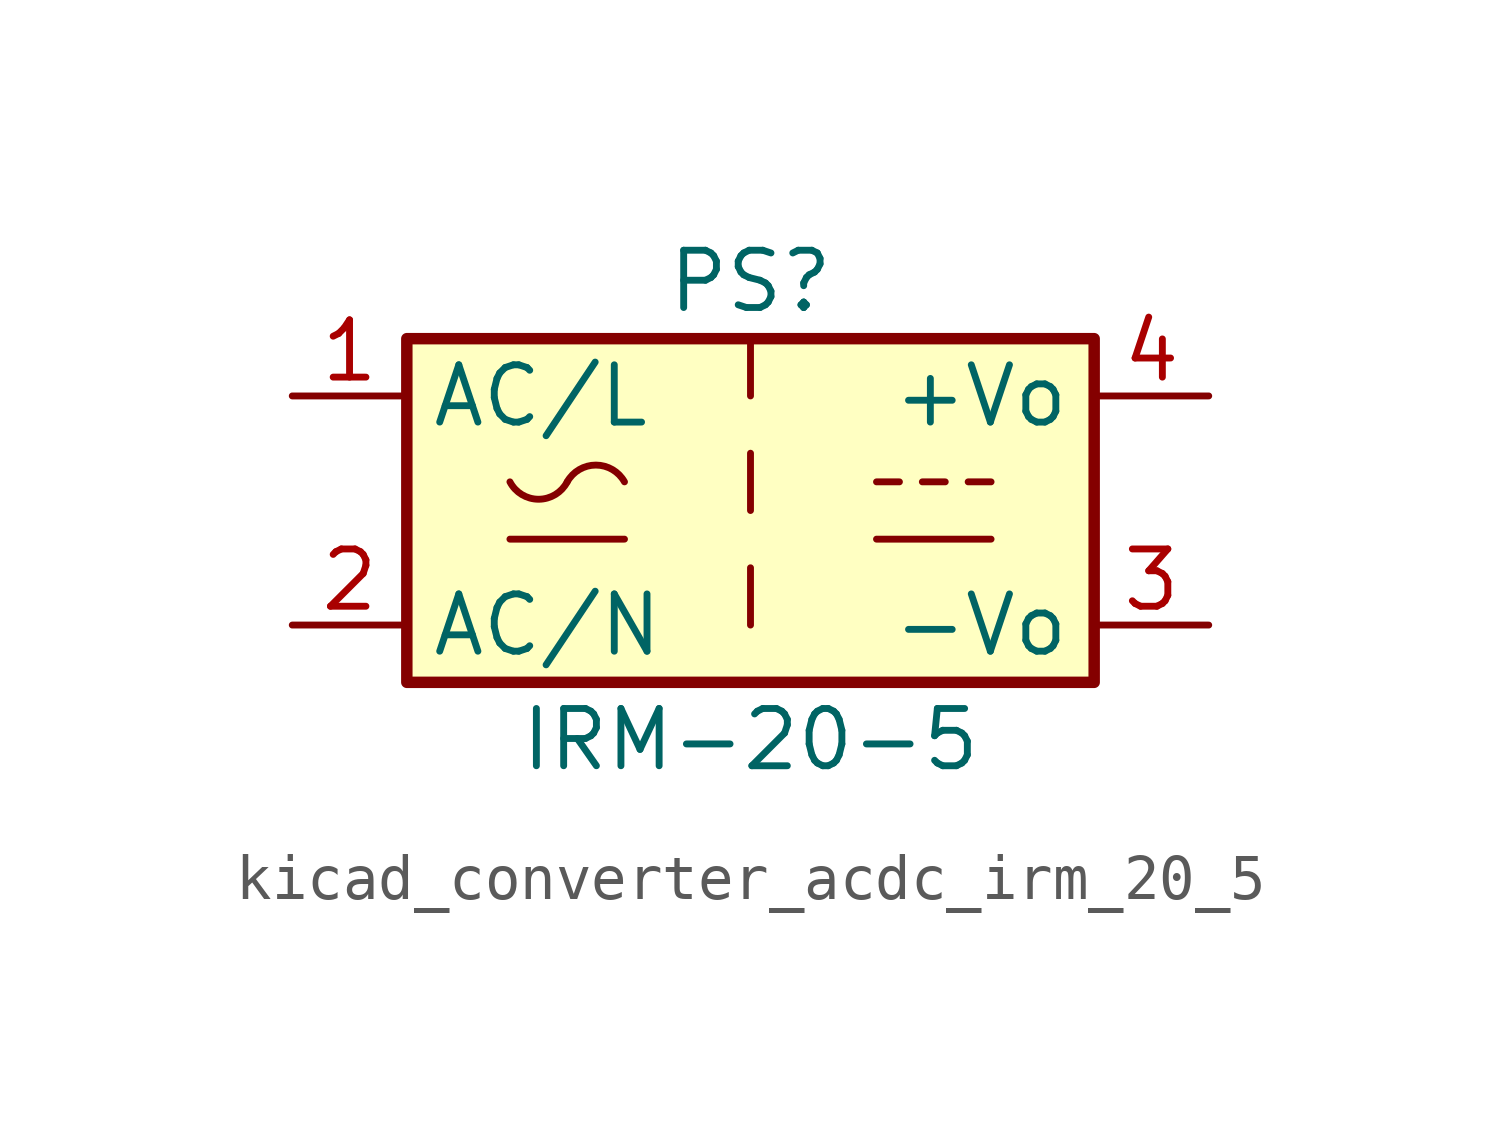
<source format=kicad_sym>
(kicad_symbol_lib
  (version 20220914)
  (generator kicad_symbol_editor)
  (symbol "kicad_converter_acdc_irm_20_5"
    (property "Reference" "PS"
      (at 0 5.08 0)
      (effects (font (size 1.27 1.27))))
    (property "Value" "IRM-20-5"
      (at 0 -5.08 0)
      (effects (font (size 1.27 1.27))))
    (symbol "kicad_converter_acdc_irm_20_5_0_1"
      (rectangle (start -7.62 3.81) (end 7.62 -3.81) (stroke (width 0.254) (type default)) (fill (type background)))
      (arc (start -5.334 0.635) (mid -4.699 0.2495) (end -4.064 0.635) (stroke (width 0) (type default)) (fill (type none)))
      (arc (start -2.794 0.635) (mid -3.429 1.0072) (end -4.064 0.635) (stroke (width 0) (type default)) (fill (type none)))
      (polyline (pts (xy -5.334 -0.635) (xy -2.794 -0.635)) (stroke (width 0) (type default)) (fill (type none)))
      (polyline (pts (xy 0 -1.27) (xy 0 -2.54)) (stroke (width 0) (type default)) (fill (type none)))
      (polyline (pts (xy 0 1.27) (xy 0 0)) (stroke (width 0) (type default)) (fill (type none)))
      (polyline (pts (xy 0 3.81) (xy 0 2.54)) (stroke (width 0) (type default)) (fill (type none)))
      (polyline (pts (xy 2.794 -0.635) (xy 5.334 -0.635)) (stroke (width 0) (type default)) (fill (type none)))
      (polyline (pts (xy 2.794 0.635) (xy 3.302 0.635)) (stroke (width 0) (type default)) (fill (type none)))
      (polyline (pts (xy 3.81 0.635) (xy 4.318 0.635)) (stroke (width 0) (type default)) (fill (type none)))
      (polyline (pts (xy 4.826 0.635) (xy 5.334 0.635)) (stroke (width 0) (type default)) (fill (type none))))
    (symbol "kicad_converter_acdc_irm_20_5_1_1"
      (pin power_in line (at -10.16 2.54 0) (length 2.54) (name "AC/L" (effects (font (size 1.27 1.27)))) (number "1" (effects (font (size 1.27 1.27)))))
      (pin power_in line (at -10.16 -2.54 0) (length 2.54) (name "AC/N" (effects (font (size 1.27 1.27)))) (number "2" (effects (font (size 1.27 1.27)))))
      (pin power_out line (at 10.16 -2.54 180) (length 2.54) (name "-Vo" (effects (font (size 1.27 1.27)))) (number "3" (effects (font (size 1.27 1.27)))))
      (pin power_out line (at 10.16 2.54 180) (length 2.54) (name "+Vo" (effects (font (size 1.27 1.27)))) (number "4" (effects (font (size 1.27 1.27))))))))
</source>
